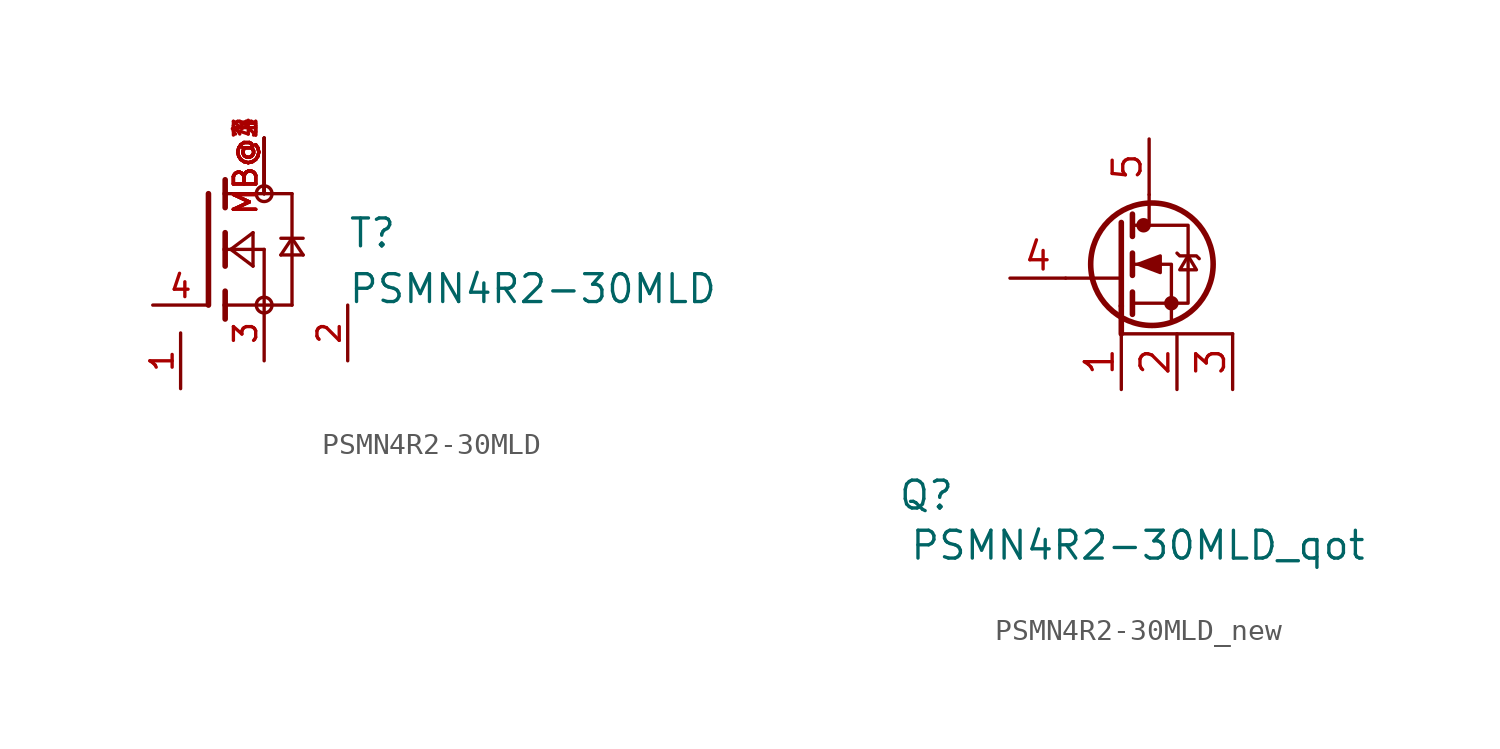
<source format=kicad_sym>
(kicad_symbol_lib
  (version 20241209)
  (generator "kicad_symbol_editor")
  (generator_version "9.0")
  (symbol "PSMN4R2-30MLD"
    (pin_names
      (offset 1.016))
    (property "Reference" "T"
      (at 6.35 0 0)
      (effects (font (size 1.27 1.27)) (justify left bottom)))
    (property "Value" "PSMN4R2-30MLD"
      (at 6.35 -2.54 0)
      (effects (font (size 1.27 1.27)) (justify left bottom)))
    (symbol "PSMN4R2-30MLD_0_0"
      (polyline (pts (xy 0 2.54) (xy 0 -2.54)) (stroke (width 0.254) (type default)) (fill (type none)))
      (polyline (pts (xy 0.762 3.175) (xy 0.762 2.54)) (stroke (width 0.254) (type default)) (fill (type none)))
      (polyline (pts (xy 0.762 2.54) (xy 0.762 1.905)) (stroke (width 0.254) (type default)) (fill (type none)))
      (polyline (pts (xy 0.762 2.54) (xy 3.81 2.54)) (stroke (width 0.152) (type default)) (fill (type none)))
      (polyline (pts (xy 0.762 0.762) (xy 0.762 0)) (stroke (width 0.254) (type default)) (fill (type none)))
      (polyline (pts (xy 0.762 0) (xy 0.762 -0.762)) (stroke (width 0.254) (type default)) (fill (type none)))
      (polyline (pts (xy 0.762 0) (xy 2.54 0)) (stroke (width 0.152) (type default)) (fill (type none)))
      (polyline (pts (xy 0.762 -1.905) (xy 0.762 -2.54)) (stroke (width 0.254) (type default)) (fill (type none)))
      (polyline (pts (xy 0.762 -2.54) (xy 0.762 -3.175)) (stroke (width 0.254) (type default)) (fill (type none)))
      (polyline (pts (xy 1.016 0) (xy 2.032 0.762)) (stroke (width 0.152) (type default)) (fill (type none)))
      (polyline (pts (xy 2.032 0.762) (xy 2.032 -0.762)) (stroke (width 0.152) (type default)) (fill (type none)))
      (polyline (pts (xy 2.032 -0.762) (xy 1.016 0)) (stroke (width 0.152) (type default)) (fill (type none)))
      (circle (center 2.54 2.54) (radius 0.359) (stroke (width 0) (type default)) (fill (type none)))
      (polyline (pts (xy 2.54 0) (xy 2.54 -2.54)) (stroke (width 0.152) (type default)) (fill (type none)))
      (polyline (pts (xy 2.54 -2.54) (xy 0.762 -2.54)) (stroke (width 0.152) (type default)) (fill (type none)))
      (polyline (pts (xy 2.54 -2.54) (xy 3.81 -2.54)) (stroke (width 0.152) (type default)) (fill (type none)))
      (circle (center 2.54 -2.54) (radius 0.359) (stroke (width 0) (type default)) (fill (type none)))
      (polyline (pts (xy 3.302 -0.254) (xy 4.318 -0.254)) (stroke (width 0.152) (type default)) (fill (type none)))
      (polyline (pts (xy 3.81 2.54) (xy 3.81 0.508)) (stroke (width 0.152) (type default)) (fill (type none)))
      (polyline (pts (xy 3.81 0.508) (xy 3.302 0.508)) (stroke (width 0.152) (type default)) (fill (type none)))
      (polyline (pts (xy 3.81 0.508) (xy 3.302 -0.254)) (stroke (width 0.152) (type default)) (fill (type none)))
      (polyline (pts (xy 3.81 0.508) (xy 3.81 -2.54)) (stroke (width 0.152) (type default)) (fill (type none)))
      (polyline (pts (xy 4.318 0.508) (xy 3.81 0.508)) (stroke (width 0.152) (type default)) (fill (type none)))
      (polyline (pts (xy 4.318 -0.254) (xy 3.81 0.508)) (stroke (width 0.152) (type default)) (fill (type none)))
      (pin passive line (at -2.54 -2.54 0) (length 2.54) (name "~" (effects (font (size 1.016 1.016)))) (number "4" (effects (font (size 1.016 1.016)))))
      (pin passive line (at -1.27 -6.35 90) (length 2.54) (name "~" (effects (font (size 1.016 1.016)))) (number "1" (effects (font (size 1.016 1.016)))))
      (pin passive line (at 2.54 5.08 270) (length 2.54) (name "~" (effects (font (size 1.016 1.016)))) (number "MB@1" (effects (font (size 1.016 1.016)))))
      (pin passive line (at 2.54 5.08 270) (length 2.54) (name "~" (effects (font (size 1.016 1.016)))) (number "MB@2" (effects (font (size 1.016 1.016)))))
      (pin passive line (at 2.54 5.08 270) (length 2.54) (name "~" (effects (font (size 1.016 1.016)))) (number "MB@3" (effects (font (size 1.016 1.016)))))
      (pin passive line (at 2.54 5.08 270) (length 2.54) (name "~" (effects (font (size 1.016 1.016)))) (number "MB@4" (effects (font (size 1.016 1.016)))))
      (pin passive line (at 2.54 -5.08 90) (length 2.54) (name "~" (effects (font (size 1.016 1.016)))) (number "3" (effects (font (size 1.016 1.016)))))
      (pin passive line (at 6.35 -5.08 90) (length 2.54) (name "~" (effects (font (size 1.016 1.016)))) (number "2" (effects (font (size 1.016 1.016)))))))
  (symbol "PSMN4R2-30MLD_new"
    (property "Reference" "Q"
      (at -5.08 -3.556 0)
      (effects (font (size 1.27 1.27))))
    (property "Value" "PSMN4R2-30MLD_qot"
      (at 4.572 -5.842 0)
      (effects (font (size 1.27 1.27))))
    (symbol "PSMN4R2-30MLD_new_0_1"
      (polyline (pts (xy 1.27 6.35) (xy 3.81 6.35)) (stroke (width 0) (type default)) (fill (type none)))
      (polyline (pts (xy 4.318 9.271) (xy 4.318 8.255)) (stroke (width 0.254) (type default)) (fill (type none)))
      (polyline (pts (xy 4.318 7.493) (xy 4.318 6.477)) (stroke (width 0.254) (type default)) (fill (type none)))
      (polyline (pts (xy 4.318 5.715) (xy 4.318 4.699)) (stroke (width 0.254) (type default)) (fill (type none)))
      (polyline (pts (xy 4.318 5.207) (xy 6.858 5.207) (xy 6.858 8.763) (xy 4.318 8.763)) (stroke (width 0) (type default)) (fill (type none)))
      (polyline (pts (xy 4.572 6.985) (xy 5.588 7.366) (xy 5.588 6.604) (xy 4.572 6.985)) (stroke (width 0) (type default)) (fill (type outline)))
      (circle (center 4.826 8.763) (radius 0.254) (stroke (width 0) (type default)) (fill (type outline)))
      (polyline (pts (xy 5.08 10.16) (xy 5.08 8.89)) (stroke (width 0) (type default)) (fill (type none)))
      (circle (center 5.207 6.985) (radius 2.794) (stroke (width 0.254) (type default)) (fill (type none)))
      (circle (center 6.096 5.207) (radius 0.254) (stroke (width 0) (type default)) (fill (type outline)))
      (polyline (pts (xy 6.096 4.445) (xy 6.096 6.985) (xy 4.318 6.985)) (stroke (width 0) (type default)) (fill (type none)))
      (polyline (pts (xy 6.35 7.493) (xy 6.477 7.366) (xy 7.239 7.366) (xy 7.366 7.239)) (stroke (width 0) (type default)) (fill (type none)))
      (polyline (pts (xy 6.35 3.81) (xy 3.81 3.81) (xy 8.89 3.81)) (stroke (width 0) (type default)) (fill (type none)))
      (polyline (pts (xy 6.858 7.366) (xy 6.477 6.731) (xy 7.239 6.731) (xy 6.858 7.366)) (stroke (width 0) (type default)) (fill (type none))))
    (symbol "PSMN4R2-30MLD_new_1_1"
      (polyline (pts (xy 3.81 8.89) (xy 3.81 5.08)) (stroke (width 0.254) (type solid)) (fill (type none)))
      (polyline (pts (xy 3.81 3.81) (xy 3.81 5.08)) (stroke (width 0.254) (type solid)) (fill (type none)))
      (pin input line (at -1.27 6.35 0) (length 2.54) (name "" (effects (font (size 1.27 1.27)))) (number "4" (effects (font (size 1.27 1.27)))))
      (pin input line (at 3.81 1.27 90) (length 2.54) (name "" (effects (font (size 1.27 1.27)))) (number "1" (effects (font (size 1.27 1.27)))))
      (pin input line (at 5.08 12.7 270) (length 2.54) (name "" (effects (font (size 1.27 1.27)))) (number "5" (effects (font (size 1.27 1.27)))))
      (pin input line (at 6.35 1.27 90) (length 2.54) (name "" (effects (font (size 1.27 1.27)))) (number "2" (effects (font (size 1.27 1.27)))))
      (pin input line (at 8.89 1.27 90) (length 2.54) (name "" (effects (font (size 1.27 1.27)))) (number "3" (effects (font (size 1.27 1.27))))))))
</source>
